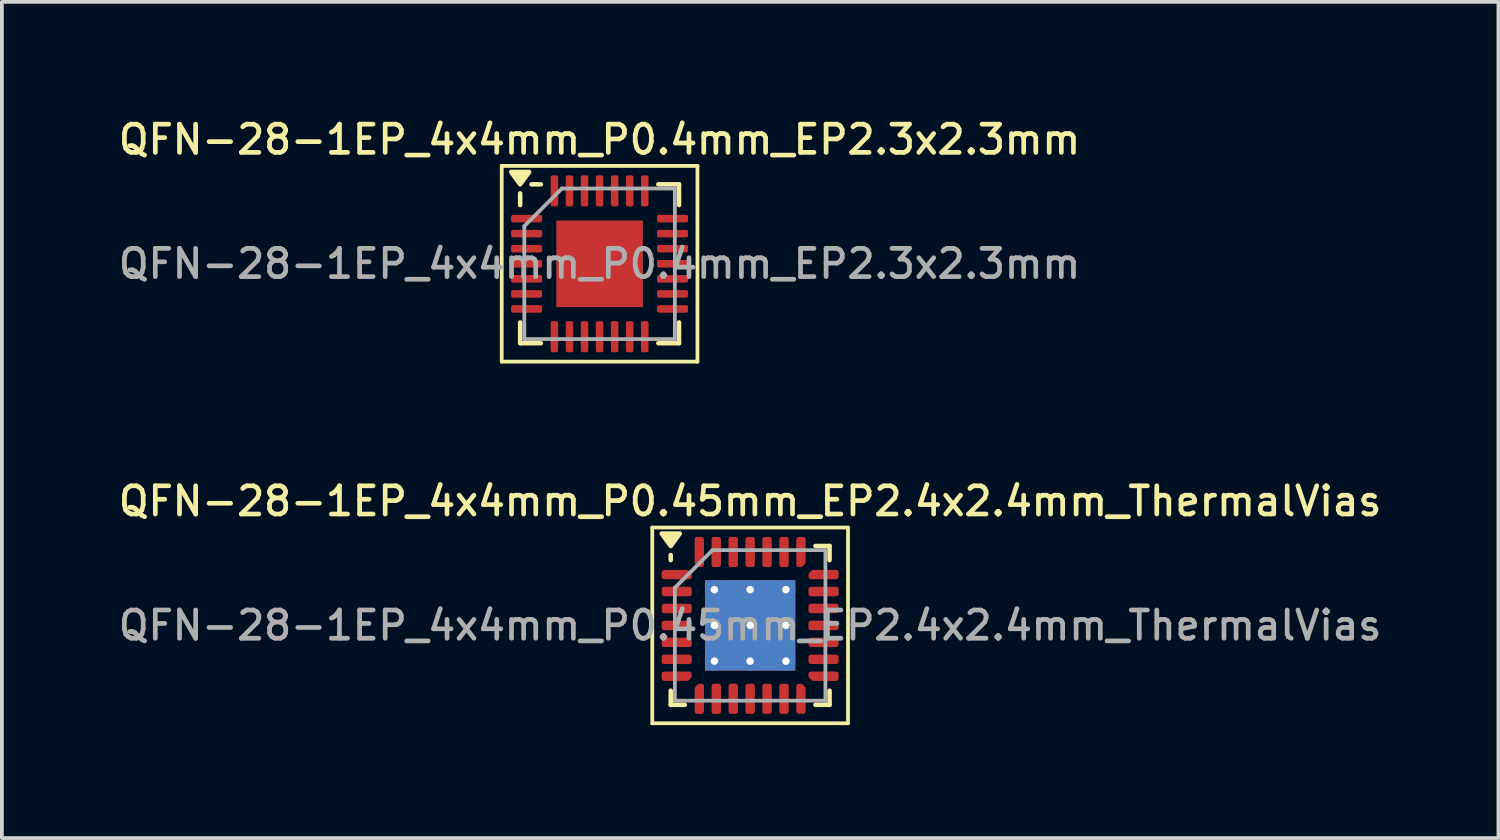
<source format=kicad_pcb>
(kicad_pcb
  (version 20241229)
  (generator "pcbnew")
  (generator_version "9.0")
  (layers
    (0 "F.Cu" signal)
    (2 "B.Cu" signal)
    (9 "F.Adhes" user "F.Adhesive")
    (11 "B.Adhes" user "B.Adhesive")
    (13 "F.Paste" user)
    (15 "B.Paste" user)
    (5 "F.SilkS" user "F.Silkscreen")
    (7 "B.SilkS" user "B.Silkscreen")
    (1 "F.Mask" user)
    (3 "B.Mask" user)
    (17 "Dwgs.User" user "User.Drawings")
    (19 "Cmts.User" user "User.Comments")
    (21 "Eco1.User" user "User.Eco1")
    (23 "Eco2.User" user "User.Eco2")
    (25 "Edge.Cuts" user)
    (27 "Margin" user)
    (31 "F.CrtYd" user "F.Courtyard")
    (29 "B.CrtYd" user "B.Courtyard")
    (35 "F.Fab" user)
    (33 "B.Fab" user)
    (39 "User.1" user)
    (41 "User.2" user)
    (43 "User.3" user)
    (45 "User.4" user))
  (footprint "QFN-28-1EP_4x4mm_P0.45mm_EP2.4x2.4mm_ThermalVias"
    (layer "F.Cu")
    (at 16.88 13.566)
    (property "Reference" "QFN-28-1EP_4x4mm_P0.45mm_EP2.4x2.4mm_ThermalVias" (at 0 -3.3 0) (layer "F.SilkS") (effects (font (size 0.75 0.75) (thickness 0.125))))
    (attr smd)
    (fp_line (start -2.6 -2.6) (end -2.6 2.6) (stroke (width 0.1) (type solid)) (layer "F.SilkS"))
    (fp_line (start -2.6 2.6) (end 2.6 2.6) (stroke (width 0.1) (type solid)) (layer "F.SilkS"))
    (fp_line (start -2.11 -1.735) (end -2.11 -1.87) (stroke (width 0.12) (type solid)) (layer "F.SilkS"))
    (fp_line (start -2.11 2.11) (end -2.11 1.735) (stroke (width 0.12) (type solid)) (layer "F.SilkS"))
    (fp_line (start -1.735 2.11) (end -2.11 2.11) (stroke (width 0.12) (type solid)) (layer "F.SilkS"))
    (fp_line (start 1.735 -2.11) (end 2.11 -2.11) (stroke (width 0.12) (type solid)) (layer "F.SilkS"))
    (fp_line (start 1.735 2.11) (end 2.11 2.11) (stroke (width 0.12) (type solid)) (layer "F.SilkS"))
    (fp_line (start 2.11 -2.11) (end 2.11 -1.735) (stroke (width 0.12) (type solid)) (layer "F.SilkS"))
    (fp_line (start 2.11 2.11) (end 2.11 1.735) (stroke (width 0.12) (type solid)) (layer "F.SilkS"))
    (fp_line (start 2.6 -2.6) (end -2.6 -2.6) (stroke (width 0.1) (type solid)) (layer "F.SilkS"))
    (fp_line (start 2.6 2.6) (end 2.6 -2.6) (stroke (width 0.1) (type solid)) (layer "F.SilkS"))
    (fp_poly (pts (xy -2.11 -2.11) (xy -2.35 -2.44) (xy -1.87 -2.44) (xy -2.11 -2.11)) (stroke (width 0.12) (type solid)) (fill yes) (layer "F.SilkS"))
    (fp_line (start -2 -1) (end -1 -2) (stroke (width 0.1) (type solid)) (layer "F.Fab"))
    (fp_line (start -2 2) (end -2 -1) (stroke (width 0.1) (type solid)) (layer "F.Fab"))
    (fp_line (start -1 -2) (end 2 -2) (stroke (width 0.1) (type solid)) (layer "F.Fab"))
    (fp_line (start 2 -2) (end 2 2) (stroke (width 0.1) (type solid)) (layer "F.Fab"))
    (fp_line (start 2 2) (end -2 2) (stroke (width 0.1) (type solid)) (layer "F.Fab"))
    (fp_text user "${REFERENCE}" (at 0 0 0) (layer "F.Fab") (effects (font (size 0.75 0.75) (thickness 0.125))))
    (pad "" smd roundrect (at -0.6 -0.6) (size 1.04 1.04) (layers "F.Paste") (roundrect_rratio 0.24))
    (pad "" smd roundrect (at -0.6 0.6) (size 1.04 1.04) (layers "F.Paste") (roundrect_rratio 0.24))
    (pad "" smd roundrect (at 0.6 -0.6) (size 1.04 1.04) (layers "F.Paste") (roundrect_rratio 0.24))
    (pad "" smd roundrect (at 0.6 0.6) (size 1.04 1.04) (layers "F.Paste") (roundrect_rratio 0.24))
    (pad "1" smd custom (at -1.95 -1.35) (size 0.179 0.179) (layers "F.Cu" "F.Mask" "F.Paste") (options (anchor circle)) (primitives (gr_poly (pts (xy -0.338 -0.062) (xy 0.274 -0.062) (xy 0.338 0.001) (xy 0.338 0.062) (xy -0.338 0.062)) (width 0.125) (fill yes))))
    (pad "2" smd roundrect (at -1.95 -0.9) (size 0.8 0.25) (layers "F.Cu" "F.Mask" "F.Paste") (roundrect_rratio 0.25))
    (pad "3" smd roundrect (at -1.95 -0.45) (size 0.8 0.25) (layers "F.Cu" "F.Mask" "F.Paste") (roundrect_rratio 0.25))
    (pad "4" smd roundrect (at -1.95 0) (size 0.8 0.25) (layers "F.Cu" "F.Mask" "F.Paste") (roundrect_rratio 0.25))
    (pad "5" smd roundrect (at -1.95 0.45) (size 0.8 0.25) (layers "F.Cu" "F.Mask" "F.Paste") (roundrect_rratio 0.25))
    (pad "6" smd roundrect (at -1.95 0.9) (size 0.8 0.25) (layers "F.Cu" "F.Mask" "F.Paste") (roundrect_rratio 0.25))
    (pad "7" smd custom (at -1.95 1.35) (size 0.179 0.179) (layers "F.Cu" "F.Mask" "F.Paste") (options (anchor circle)) (primitives (gr_poly (pts (xy -0.338 -0.062) (xy 0.338 -0.062) (xy 0.338 -0.001) (xy 0.274 0.062) (xy -0.338 0.062)) (width 0.125) (fill yes))))
    (pad "8" smd custom (at -1.35 1.95) (size 0.179 0.179) (layers "F.Cu" "F.Mask" "F.Paste") (options (anchor circle)) (primitives (gr_poly (pts (xy -0.062 -0.274) (xy 0.001 -0.338) (xy 0.062 -0.338) (xy 0.062 0.338) (xy -0.062 0.338)) (width 0.125) (fill yes))))
    (pad "9" smd roundrect (at -0.9 1.95) (size 0.25 0.8) (layers "F.Cu" "F.Mask" "F.Paste") (roundrect_rratio 0.25))
    (pad "10" smd roundrect (at -0.45 1.95) (size 0.25 0.8) (layers "F.Cu" "F.Mask" "F.Paste") (roundrect_rratio 0.25))
    (pad "11" smd roundrect (at 0 1.95) (size 0.25 0.8) (layers "F.Cu" "F.Mask" "F.Paste") (roundrect_rratio 0.25))
    (pad "12" smd roundrect (at 0.45 1.95) (size 0.25 0.8) (layers "F.Cu" "F.Mask" "F.Paste") (roundrect_rratio 0.25))
    (pad "13" smd roundrect (at 0.9 1.95) (size 0.25 0.8) (layers "F.Cu" "F.Mask" "F.Paste") (roundrect_rratio 0.25))
    (pad "14" smd custom (at 1.35 1.95) (size 0.179 0.179) (layers "F.Cu" "F.Mask" "F.Paste") (options (anchor circle)) (primitives (gr_poly (pts (xy -0.062 -0.338) (xy -0.001 -0.338) (xy 0.062 -0.274) (xy 0.062 0.338) (xy -0.062 0.338)) (width 0.125) (fill yes))))
    (pad "15" smd custom (at 1.95 1.35) (size 0.179 0.179) (layers "F.Cu" "F.Mask" "F.Paste") (options (anchor circle)) (primitives (gr_poly (pts (xy -0.338 -0.062) (xy 0.338 -0.062) (xy 0.338 0.062) (xy -0.274 0.062) (xy -0.338 -0.001)) (width 0.125) (fill yes))))
    (pad "16" smd roundrect (at 1.95 0.9) (size 0.8 0.25) (layers "F.Cu" "F.Mask" "F.Paste") (roundrect_rratio 0.25))
    (pad "17" smd roundrect (at 1.95 0.45) (size 0.8 0.25) (layers "F.Cu" "F.Mask" "F.Paste") (roundrect_rratio 0.25))
    (pad "18" smd roundrect (at 1.95 0) (size 0.8 0.25) (layers "F.Cu" "F.Mask" "F.Paste") (roundrect_rratio 0.25))
    (pad "19" smd roundrect (at 1.95 -0.45) (size 0.8 0.25) (layers "F.Cu" "F.Mask" "F.Paste") (roundrect_rratio 0.25))
    (pad "20" smd roundrect (at 1.95 -0.9) (size 0.8 0.25) (layers "F.Cu" "F.Mask" "F.Paste") (roundrect_rratio 0.25))
    (pad "21" smd custom (at 1.95 -1.35) (size 0.179 0.179) (layers "F.Cu" "F.Mask" "F.Paste") (options (anchor circle)) (primitives (gr_poly (pts (xy -0.338 0.001) (xy -0.274 -0.062) (xy 0.338 -0.062) (xy 0.338 0.062) (xy -0.338 0.062)) (width 0.125) (fill yes))))
    (pad "22" smd custom (at 1.35 -1.95) (size 0.179 0.179) (layers "F.Cu" "F.Mask" "F.Paste") (options (anchor circle)) (primitives (gr_poly (pts (xy -0.062 -0.338) (xy 0.062 -0.338) (xy 0.062 0.274) (xy -0.001 0.338) (xy -0.062 0.338)) (width 0.125) (fill yes))))
    (pad "23" smd roundrect (at 0.9 -1.95) (size 0.25 0.8) (layers "F.Cu" "F.Mask" "F.Paste") (roundrect_rratio 0.25))
    (pad "24" smd roundrect (at 0.45 -1.95) (size 0.25 0.8) (layers "F.Cu" "F.Mask" "F.Paste") (roundrect_rratio 0.25))
    (pad "25" smd roundrect (at 0 -1.95) (size 0.25 0.8) (layers "F.Cu" "F.Mask" "F.Paste") (roundrect_rratio 0.25))
    (pad "26" smd roundrect (at -0.45 -1.95) (size 0.25 0.8) (layers "F.Cu" "F.Mask" "F.Paste") (roundrect_rratio 0.25))
    (pad "27" smd roundrect (at -0.9 -1.95) (size 0.25 0.8) (layers "F.Cu" "F.Mask" "F.Paste") (roundrect_rratio 0.25))
    (pad "28" smd custom (at -1.35 -1.95) (size 0.179 0.179) (layers "F.Cu" "F.Mask" "F.Paste") (options (anchor circle)) (primitives (gr_poly (pts (xy -0.062 -0.338) (xy 0.062 -0.338) (xy 0.062 0.338) (xy 0.001 0.338) (xy -0.062 0.274)) (width 0.125) (fill yes))))
    (pad "29" thru_hole circle (at -0.95 -0.95) (size 0.5 0.5) (drill 0.2) (property pad_prop_heatsink) (layers "*.Cu"))
    (pad "29" thru_hole circle (at -0.95 0) (size 0.5 0.5) (drill 0.2) (property pad_prop_heatsink) (layers "*.Cu"))
    (pad "29" thru_hole circle (at -0.95 0.95) (size 0.5 0.5) (drill 0.2) (property pad_prop_heatsink) (layers "*.Cu"))
    (pad "29" thru_hole circle (at 0 -0.95) (size 0.5 0.5) (drill 0.2) (property pad_prop_heatsink) (layers "*.Cu"))
    (pad "29" thru_hole circle (at 0 0) (size 0.5 0.5) (drill 0.2) (property pad_prop_heatsink) (layers "*.Cu"))
    (pad "29" smd rect (at 0 0) (size 2.4 2.4) (property pad_prop_heatsink) (layers "F.Cu" "F.Mask"))
    (pad "29" smd rect (at 0 0) (size 2.4 2.4) (property pad_prop_heatsink) (layers "B.Cu"))
    (pad "29" thru_hole circle (at 0 0.95) (size 0.5 0.5) (drill 0.2) (property pad_prop_heatsink) (layers "*.Cu"))
    (pad "29" thru_hole circle (at 0.95 -0.95) (size 0.5 0.5) (drill 0.2) (property pad_prop_heatsink) (layers "*.Cu"))
    (pad "29" thru_hole circle (at 0.95 0) (size 0.5 0.5) (drill 0.2) (property pad_prop_heatsink) (layers "*.Cu"))
    (pad "29" thru_hole circle (at 0.95 0.95) (size 0.5 0.5) (drill 0.2) (property pad_prop_heatsink) (layers "*.Cu")))
  (footprint "QFN-28-1EP_4x4mm_P0.4mm_EP2.3x2.3mm"
    (layer "F.Cu")
    (at 12.88 3.958)
    (property "Reference" "QFN-28-1EP_4x4mm_P0.4mm_EP2.3x2.3mm" (at 0 -3.3 0) (layer "F.SilkS") (effects (font (size 0.75 0.75) (thickness 0.125))))
    (attr smd)
    (fp_line (start -2.6 -2.6) (end -2.6 2.6) (stroke (width 0.1) (type solid)) (layer "F.SilkS"))
    (fp_line (start -2.6 2.6) (end 2.6 2.6) (stroke (width 0.1) (type solid)) (layer "F.SilkS"))
    (fp_line (start -2.11 -1.56) (end -2.11 -1.87) (stroke (width 0.12) (type solid)) (layer "F.SilkS"))
    (fp_line (start -2.11 2.11) (end -2.11 1.56) (stroke (width 0.12) (type solid)) (layer "F.SilkS"))
    (fp_line (start -1.56 -2.11) (end -1.81 -2.11) (stroke (width 0.12) (type solid)) (layer "F.SilkS"))
    (fp_line (start -1.56 2.11) (end -2.11 2.11) (stroke (width 0.12) (type solid)) (layer "F.SilkS"))
    (fp_line (start 1.56 -2.11) (end 2.11 -2.11) (stroke (width 0.12) (type solid)) (layer "F.SilkS"))
    (fp_line (start 1.56 2.11) (end 2.11 2.11) (stroke (width 0.12) (type solid)) (layer "F.SilkS"))
    (fp_line (start 2.11 -2.11) (end 2.11 -1.56) (stroke (width 0.12) (type solid)) (layer "F.SilkS"))
    (fp_line (start 2.11 2.11) (end 2.11 1.56) (stroke (width 0.12) (type solid)) (layer "F.SilkS"))
    (fp_line (start 2.6 -2.6) (end -2.6 -2.6) (stroke (width 0.1) (type solid)) (layer "F.SilkS"))
    (fp_line (start 2.6 2.6) (end 2.6 -2.6) (stroke (width 0.1) (type solid)) (layer "F.SilkS"))
    (fp_poly (pts (xy -2.11 -2.11) (xy -2.35 -2.44) (xy -1.87 -2.44) (xy -2.11 -2.11)) (stroke (width 0.12) (type solid)) (fill yes) (layer "F.SilkS"))
    (fp_line (start -2 -1) (end -1 -2) (stroke (width 0.1) (type solid)) (layer "F.Fab"))
    (fp_line (start -2 2) (end -2 -1) (stroke (width 0.1) (type solid)) (layer "F.Fab"))
    (fp_line (start -1 -2) (end 2 -2) (stroke (width 0.1) (type solid)) (layer "F.Fab"))
    (fp_line (start 2 -2) (end 2 2) (stroke (width 0.1) (type solid)) (layer "F.Fab"))
    (fp_line (start 2 2) (end -2 2) (stroke (width 0.1) (type solid)) (layer "F.Fab"))
    (fp_text user "${REFERENCE}" (at 0 0 0) (layer "F.Fab") (effects (font (size 0.75 0.75) (thickness 0.125))))
    (pad "" smd roundrect (at -0.575 -0.575) (size 0.93 0.93) (layers "F.Paste") (roundrect_rratio 0.25))
    (pad "" smd roundrect (at -0.575 0.575) (size 0.93 0.93) (layers "F.Paste") (roundrect_rratio 0.25))
    (pad "" smd roundrect (at 0.575 -0.575) (size 0.93 0.93) (layers "F.Paste") (roundrect_rratio 0.25))
    (pad "" smd roundrect (at 0.575 0.575) (size 0.93 0.93) (layers "F.Paste") (roundrect_rratio 0.25))
    (pad "1" smd roundrect (at -1.938 -1.2) (size 0.825 0.2) (layers "F.Cu" "F.Mask" "F.Paste") (roundrect_rratio 0.25))
    (pad "2" smd roundrect (at -1.938 -0.8) (size 0.825 0.2) (layers "F.Cu" "F.Mask" "F.Paste") (roundrect_rratio 0.25))
    (pad "3" smd roundrect (at -1.938 -0.4) (size 0.825 0.2) (layers "F.Cu" "F.Mask" "F.Paste") (roundrect_rratio 0.25))
    (pad "4" smd roundrect (at -1.938 0) (size 0.825 0.2) (layers "F.Cu" "F.Mask" "F.Paste") (roundrect_rratio 0.25))
    (pad "5" smd roundrect (at -1.938 0.4) (size 0.825 0.2) (layers "F.Cu" "F.Mask" "F.Paste") (roundrect_rratio 0.25))
    (pad "6" smd roundrect (at -1.938 0.8) (size 0.825 0.2) (layers "F.Cu" "F.Mask" "F.Paste") (roundrect_rratio 0.25))
    (pad "7" smd roundrect (at -1.938 1.2) (size 0.825 0.2) (layers "F.Cu" "F.Mask" "F.Paste") (roundrect_rratio 0.25))
    (pad "8" smd roundrect (at -1.2 1.938) (size 0.2 0.825) (layers "F.Cu" "F.Mask" "F.Paste") (roundrect_rratio 0.25))
    (pad "9" smd roundrect (at -0.8 1.938) (size 0.2 0.825) (layers "F.Cu" "F.Mask" "F.Paste") (roundrect_rratio 0.25))
    (pad "10" smd roundrect (at -0.4 1.938) (size 0.2 0.825) (layers "F.Cu" "F.Mask" "F.Paste") (roundrect_rratio 0.25))
    (pad "11" smd roundrect (at 0 1.938) (size 0.2 0.825) (layers "F.Cu" "F.Mask" "F.Paste") (roundrect_rratio 0.25))
    (pad "12" smd roundrect (at 0.4 1.938) (size 0.2 0.825) (layers "F.Cu" "F.Mask" "F.Paste") (roundrect_rratio 0.25))
    (pad "13" smd roundrect (at 0.8 1.938) (size 0.2 0.825) (layers "F.Cu" "F.Mask" "F.Paste") (roundrect_rratio 0.25))
    (pad "14" smd roundrect (at 1.2 1.938) (size 0.2 0.825) (layers "F.Cu" "F.Mask" "F.Paste") (roundrect_rratio 0.25))
    (pad "15" smd roundrect (at 1.938 1.2) (size 0.825 0.2) (layers "F.Cu" "F.Mask" "F.Paste") (roundrect_rratio 0.25))
    (pad "16" smd roundrect (at 1.938 0.8) (size 0.825 0.2) (layers "F.Cu" "F.Mask" "F.Paste") (roundrect_rratio 0.25))
    (pad "17" smd roundrect (at 1.938 0.4) (size 0.825 0.2) (layers "F.Cu" "F.Mask" "F.Paste") (roundrect_rratio 0.25))
    (pad "18" smd roundrect (at 1.938 0) (size 0.825 0.2) (layers "F.Cu" "F.Mask" "F.Paste") (roundrect_rratio 0.25))
    (pad "19" smd roundrect (at 1.938 -0.4) (size 0.825 0.2) (layers "F.Cu" "F.Mask" "F.Paste") (roundrect_rratio 0.25))
    (pad "20" smd roundrect (at 1.938 -0.8) (size 0.825 0.2) (layers "F.Cu" "F.Mask" "F.Paste") (roundrect_rratio 0.25))
    (pad "21" smd roundrect (at 1.938 -1.2) (size 0.825 0.2) (layers "F.Cu" "F.Mask" "F.Paste") (roundrect_rratio 0.25))
    (pad "22" smd roundrect (at 1.2 -1.938) (size 0.2 0.825) (layers "F.Cu" "F.Mask" "F.Paste") (roundrect_rratio 0.25))
    (pad "23" smd roundrect (at 0.8 -1.938) (size 0.2 0.825) (layers "F.Cu" "F.Mask" "F.Paste") (roundrect_rratio 0.25))
    (pad "24" smd roundrect (at 0.4 -1.938) (size 0.2 0.825) (layers "F.Cu" "F.Mask" "F.Paste") (roundrect_rratio 0.25))
    (pad "25" smd roundrect (at 0 -1.938) (size 0.2 0.825) (layers "F.Cu" "F.Mask" "F.Paste") (roundrect_rratio 0.25))
    (pad "26" smd roundrect (at -0.4 -1.938) (size 0.2 0.825) (layers "F.Cu" "F.Mask" "F.Paste") (roundrect_rratio 0.25))
    (pad "27" smd roundrect (at -0.8 -1.938) (size 0.2 0.825) (layers "F.Cu" "F.Mask" "F.Paste") (roundrect_rratio 0.25))
    (pad "28" smd roundrect (at -1.2 -1.938) (size 0.2 0.825) (layers "F.Cu" "F.Mask" "F.Paste") (roundrect_rratio 0.25))
    (pad "29" smd rect (at 0 0) (size 2.3 2.3) (property pad_prop_heatsink) (layers "F.Cu" "F.Mask")))
  (gr_rect
    (start -3 -3)
    (end 36.761 19.216)
    (stroke (width 0.1) (type default))
    (fill no)
    (layer "Edge.Cuts")))
</source>
